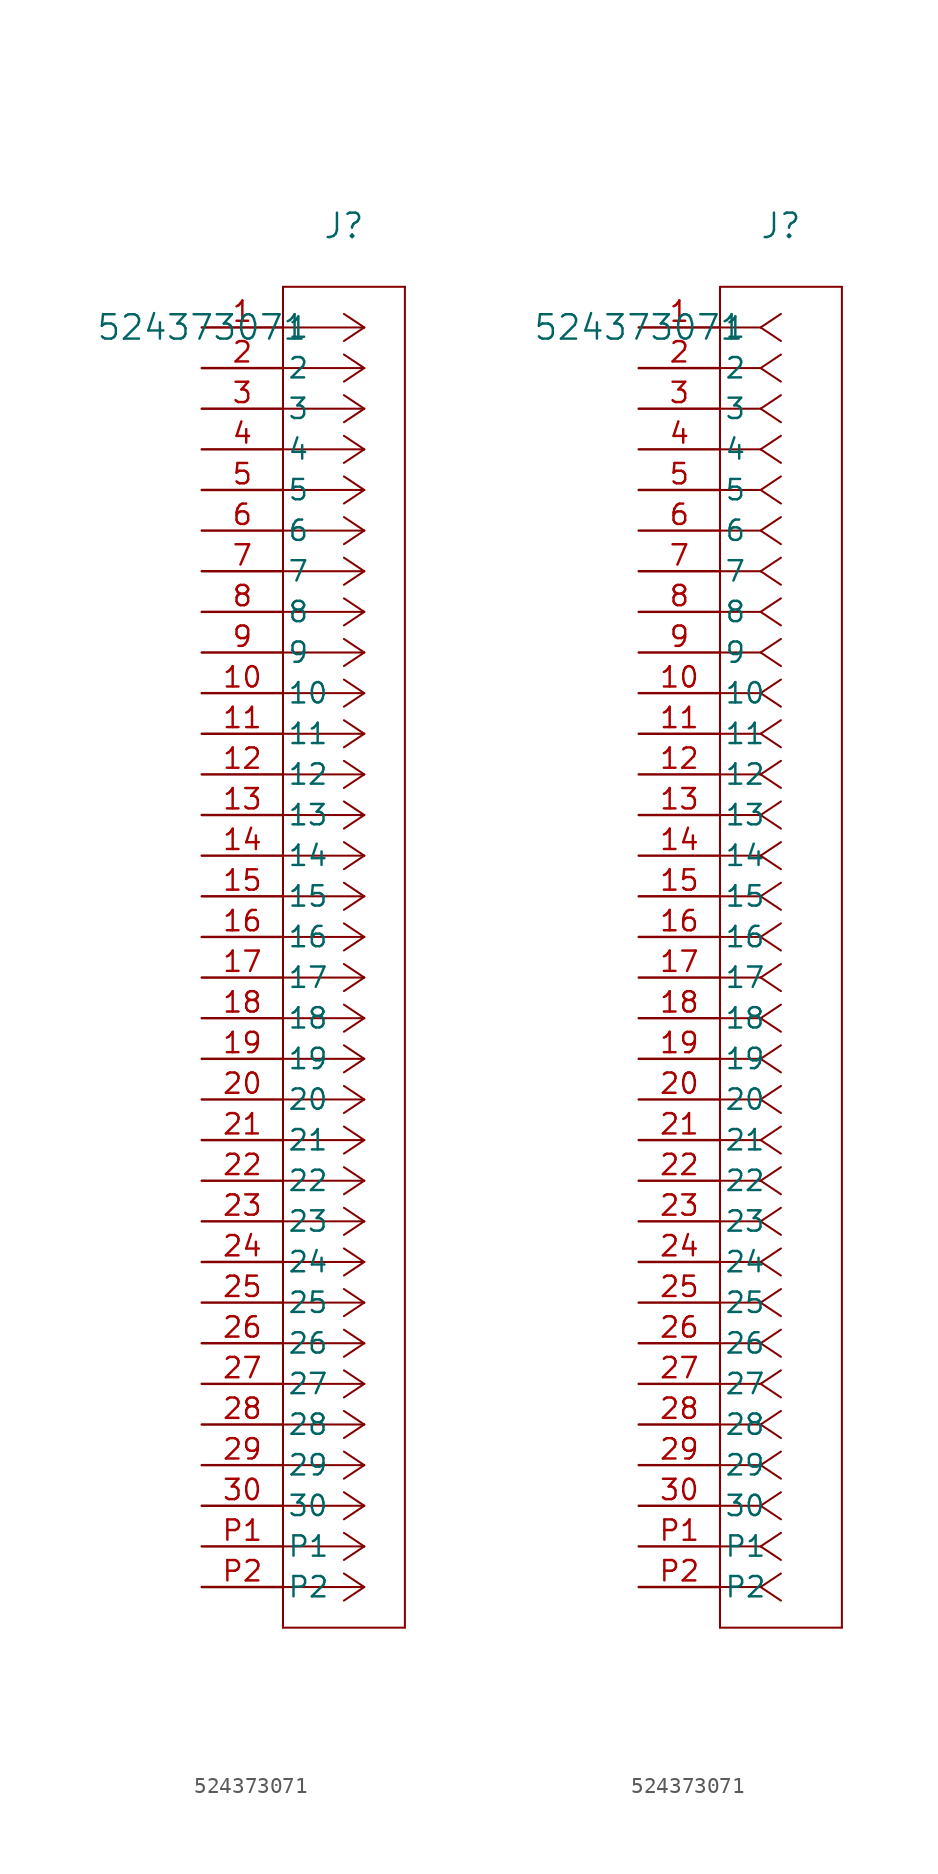
<source format=kicad_sym>
(kicad_symbol_lib
  (version 20211014)
  (generator kicad_symbol_editor)
  (symbol "524373071"
    (pin_names
      (offset 0.254))
    (property "Reference" "J"
      (at 8.89 6.35 0)
      (effects (font (size 1.524 1.524))))
    (property "Value" "524373071"
      (at 0 0 0)
      (effects (font (size 1.524 1.524))))
    (symbol "524373071_1_1"
      (polyline (pts (xy 10.16 0) (xy 5.08 0)) (stroke (width 0.127) (type default) (color 0 0 0 0)) (fill (type none)))
      (polyline (pts (xy 10.16 -2.54) (xy 5.08 -2.54)) (stroke (width 0.127) (type default) (color 0 0 0 0)) (fill (type none)))
      (polyline (pts (xy 10.16 -5.08) (xy 5.08 -5.08)) (stroke (width 0.127) (type default) (color 0 0 0 0)) (fill (type none)))
      (polyline (pts (xy 10.16 -7.62) (xy 5.08 -7.62)) (stroke (width 0.127) (type default) (color 0 0 0 0)) (fill (type none)))
      (polyline (pts (xy 10.16 -10.16) (xy 5.08 -10.16)) (stroke (width 0.127) (type default) (color 0 0 0 0)) (fill (type none)))
      (polyline (pts (xy 10.16 -12.7) (xy 5.08 -12.7)) (stroke (width 0.127) (type default) (color 0 0 0 0)) (fill (type none)))
      (polyline (pts (xy 10.16 -15.24) (xy 5.08 -15.24)) (stroke (width 0.127) (type default) (color 0 0 0 0)) (fill (type none)))
      (polyline (pts (xy 10.16 -17.78) (xy 5.08 -17.78)) (stroke (width 0.127) (type default) (color 0 0 0 0)) (fill (type none)))
      (polyline (pts (xy 10.16 -20.32) (xy 5.08 -20.32)) (stroke (width 0.127) (type default) (color 0 0 0 0)) (fill (type none)))
      (polyline (pts (xy 10.16 -22.86) (xy 5.08 -22.86)) (stroke (width 0.127) (type default) (color 0 0 0 0)) (fill (type none)))
      (polyline (pts (xy 10.16 -25.4) (xy 5.08 -25.4)) (stroke (width 0.127) (type default) (color 0 0 0 0)) (fill (type none)))
      (polyline (pts (xy 10.16 -27.94) (xy 5.08 -27.94)) (stroke (width 0.127) (type default) (color 0 0 0 0)) (fill (type none)))
      (polyline (pts (xy 10.16 -30.48) (xy 5.08 -30.48)) (stroke (width 0.127) (type default) (color 0 0 0 0)) (fill (type none)))
      (polyline (pts (xy 10.16 -33.02) (xy 5.08 -33.02)) (stroke (width 0.127) (type default) (color 0 0 0 0)) (fill (type none)))
      (polyline (pts (xy 10.16 -35.56) (xy 5.08 -35.56)) (stroke (width 0.127) (type default) (color 0 0 0 0)) (fill (type none)))
      (polyline (pts (xy 10.16 -38.1) (xy 5.08 -38.1)) (stroke (width 0.127) (type default) (color 0 0 0 0)) (fill (type none)))
      (polyline (pts (xy 10.16 -40.64) (xy 5.08 -40.64)) (stroke (width 0.127) (type default) (color 0 0 0 0)) (fill (type none)))
      (polyline (pts (xy 10.16 -43.18) (xy 5.08 -43.18)) (stroke (width 0.127) (type default) (color 0 0 0 0)) (fill (type none)))
      (polyline (pts (xy 10.16 -45.72) (xy 5.08 -45.72)) (stroke (width 0.127) (type default) (color 0 0 0 0)) (fill (type none)))
      (polyline (pts (xy 10.16 -48.26) (xy 5.08 -48.26)) (stroke (width 0.127) (type default) (color 0 0 0 0)) (fill (type none)))
      (polyline (pts (xy 10.16 -50.8) (xy 5.08 -50.8)) (stroke (width 0.127) (type default) (color 0 0 0 0)) (fill (type none)))
      (polyline (pts (xy 10.16 -53.34) (xy 5.08 -53.34)) (stroke (width 0.127) (type default) (color 0 0 0 0)) (fill (type none)))
      (polyline (pts (xy 10.16 -55.88) (xy 5.08 -55.88)) (stroke (width 0.127) (type default) (color 0 0 0 0)) (fill (type none)))
      (polyline (pts (xy 10.16 -58.42) (xy 5.08 -58.42)) (stroke (width 0.127) (type default) (color 0 0 0 0)) (fill (type none)))
      (polyline (pts (xy 10.16 -60.96) (xy 5.08 -60.96)) (stroke (width 0.127) (type default) (color 0 0 0 0)) (fill (type none)))
      (polyline (pts (xy 10.16 -63.5) (xy 5.08 -63.5)) (stroke (width 0.127) (type default) (color 0 0 0 0)) (fill (type none)))
      (polyline (pts (xy 10.16 -66.04) (xy 5.08 -66.04)) (stroke (width 0.127) (type default) (color 0 0 0 0)) (fill (type none)))
      (polyline (pts (xy 10.16 -68.58) (xy 5.08 -68.58)) (stroke (width 0.127) (type default) (color 0 0 0 0)) (fill (type none)))
      (polyline (pts (xy 10.16 -71.12) (xy 5.08 -71.12)) (stroke (width 0.127) (type default) (color 0 0 0 0)) (fill (type none)))
      (polyline (pts (xy 10.16 -73.66) (xy 5.08 -73.66)) (stroke (width 0.127) (type default) (color 0 0 0 0)) (fill (type none)))
      (polyline (pts (xy 10.16 -76.2) (xy 5.08 -76.2)) (stroke (width 0.127) (type default) (color 0 0 0 0)) (fill (type none)))
      (polyline (pts (xy 10.16 -78.74) (xy 5.08 -78.74)) (stroke (width 0.127) (type default) (color 0 0 0 0)) (fill (type none)))
      (polyline (pts (xy 10.16 0) (xy 8.89 0.847)) (stroke (width 0.127) (type default) (color 0 0 0 0)) (fill (type none)))
      (polyline (pts (xy 10.16 -2.54) (xy 8.89 -1.693)) (stroke (width 0.127) (type default) (color 0 0 0 0)) (fill (type none)))
      (polyline (pts (xy 10.16 -5.08) (xy 8.89 -4.233)) (stroke (width 0.127) (type default) (color 0 0 0 0)) (fill (type none)))
      (polyline (pts (xy 10.16 -7.62) (xy 8.89 -6.773)) (stroke (width 0.127) (type default) (color 0 0 0 0)) (fill (type none)))
      (polyline (pts (xy 10.16 -10.16) (xy 8.89 -9.313)) (stroke (width 0.127) (type default) (color 0 0 0 0)) (fill (type none)))
      (polyline (pts (xy 10.16 -12.7) (xy 8.89 -11.853)) (stroke (width 0.127) (type default) (color 0 0 0 0)) (fill (type none)))
      (polyline (pts (xy 10.16 -15.24) (xy 8.89 -14.393)) (stroke (width 0.127) (type default) (color 0 0 0 0)) (fill (type none)))
      (polyline (pts (xy 10.16 -17.78) (xy 8.89 -16.933)) (stroke (width 0.127) (type default) (color 0 0 0 0)) (fill (type none)))
      (polyline (pts (xy 10.16 -20.32) (xy 8.89 -19.473)) (stroke (width 0.127) (type default) (color 0 0 0 0)) (fill (type none)))
      (polyline (pts (xy 10.16 -22.86) (xy 8.89 -22.013)) (stroke (width 0.127) (type default) (color 0 0 0 0)) (fill (type none)))
      (polyline (pts (xy 10.16 -25.4) (xy 8.89 -24.553)) (stroke (width 0.127) (type default) (color 0 0 0 0)) (fill (type none)))
      (polyline (pts (xy 10.16 -27.94) (xy 8.89 -27.093)) (stroke (width 0.127) (type default) (color 0 0 0 0)) (fill (type none)))
      (polyline (pts (xy 10.16 -30.48) (xy 8.89 -29.633)) (stroke (width 0.127) (type default) (color 0 0 0 0)) (fill (type none)))
      (polyline (pts (xy 10.16 -33.02) (xy 8.89 -32.173)) (stroke (width 0.127) (type default) (color 0 0 0 0)) (fill (type none)))
      (polyline (pts (xy 10.16 -35.56) (xy 8.89 -34.713)) (stroke (width 0.127) (type default) (color 0 0 0 0)) (fill (type none)))
      (polyline (pts (xy 10.16 -38.1) (xy 8.89 -37.253)) (stroke (width 0.127) (type default) (color 0 0 0 0)) (fill (type none)))
      (polyline (pts (xy 10.16 -40.64) (xy 8.89 -39.793)) (stroke (width 0.127) (type default) (color 0 0 0 0)) (fill (type none)))
      (polyline (pts (xy 10.16 -43.18) (xy 8.89 -42.333)) (stroke (width 0.127) (type default) (color 0 0 0 0)) (fill (type none)))
      (polyline (pts (xy 10.16 -45.72) (xy 8.89 -44.873)) (stroke (width 0.127) (type default) (color 0 0 0 0)) (fill (type none)))
      (polyline (pts (xy 10.16 -48.26) (xy 8.89 -47.413)) (stroke (width 0.127) (type default) (color 0 0 0 0)) (fill (type none)))
      (polyline (pts (xy 10.16 -50.8) (xy 8.89 -49.953)) (stroke (width 0.127) (type default) (color 0 0 0 0)) (fill (type none)))
      (polyline (pts (xy 10.16 -53.34) (xy 8.89 -52.493)) (stroke (width 0.127) (type default) (color 0 0 0 0)) (fill (type none)))
      (polyline (pts (xy 10.16 -55.88) (xy 8.89 -55.033)) (stroke (width 0.127) (type default) (color 0 0 0 0)) (fill (type none)))
      (polyline (pts (xy 10.16 -58.42) (xy 8.89 -57.573)) (stroke (width 0.127) (type default) (color 0 0 0 0)) (fill (type none)))
      (polyline (pts (xy 10.16 -60.96) (xy 8.89 -60.113)) (stroke (width 0.127) (type default) (color 0 0 0 0)) (fill (type none)))
      (polyline (pts (xy 10.16 -63.5) (xy 8.89 -62.653)) (stroke (width 0.127) (type default) (color 0 0 0 0)) (fill (type none)))
      (polyline (pts (xy 10.16 -66.04) (xy 8.89 -65.193)) (stroke (width 0.127) (type default) (color 0 0 0 0)) (fill (type none)))
      (polyline (pts (xy 10.16 -68.58) (xy 8.89 -67.733)) (stroke (width 0.127) (type default) (color 0 0 0 0)) (fill (type none)))
      (polyline (pts (xy 10.16 -71.12) (xy 8.89 -70.273)) (stroke (width 0.127) (type default) (color 0 0 0 0)) (fill (type none)))
      (polyline (pts (xy 10.16 -73.66) (xy 8.89 -72.813)) (stroke (width 0.127) (type default) (color 0 0 0 0)) (fill (type none)))
      (polyline (pts (xy 10.16 -76.2) (xy 8.89 -75.353)) (stroke (width 0.127) (type default) (color 0 0 0 0)) (fill (type none)))
      (polyline (pts (xy 10.16 -78.74) (xy 8.89 -77.893)) (stroke (width 0.127) (type default) (color 0 0 0 0)) (fill (type none)))
      (polyline (pts (xy 10.16 0) (xy 8.89 -0.847)) (stroke (width 0.127) (type default) (color 0 0 0 0)) (fill (type none)))
      (polyline (pts (xy 10.16 -2.54) (xy 8.89 -3.387)) (stroke (width 0.127) (type default) (color 0 0 0 0)) (fill (type none)))
      (polyline (pts (xy 10.16 -5.08) (xy 8.89 -5.927)) (stroke (width 0.127) (type default) (color 0 0 0 0)) (fill (type none)))
      (polyline (pts (xy 10.16 -7.62) (xy 8.89 -8.467)) (stroke (width 0.127) (type default) (color 0 0 0 0)) (fill (type none)))
      (polyline (pts (xy 10.16 -10.16) (xy 8.89 -11.007)) (stroke (width 0.127) (type default) (color 0 0 0 0)) (fill (type none)))
      (polyline (pts (xy 10.16 -12.7) (xy 8.89 -13.547)) (stroke (width 0.127) (type default) (color 0 0 0 0)) (fill (type none)))
      (polyline (pts (xy 10.16 -15.24) (xy 8.89 -16.087)) (stroke (width 0.127) (type default) (color 0 0 0 0)) (fill (type none)))
      (polyline (pts (xy 10.16 -17.78) (xy 8.89 -18.627)) (stroke (width 0.127) (type default) (color 0 0 0 0)) (fill (type none)))
      (polyline (pts (xy 10.16 -20.32) (xy 8.89 -21.167)) (stroke (width 0.127) (type default) (color 0 0 0 0)) (fill (type none)))
      (polyline (pts (xy 10.16 -22.86) (xy 8.89 -23.707)) (stroke (width 0.127) (type default) (color 0 0 0 0)) (fill (type none)))
      (polyline (pts (xy 10.16 -25.4) (xy 8.89 -26.247)) (stroke (width 0.127) (type default) (color 0 0 0 0)) (fill (type none)))
      (polyline (pts (xy 10.16 -27.94) (xy 8.89 -28.787)) (stroke (width 0.127) (type default) (color 0 0 0 0)) (fill (type none)))
      (polyline (pts (xy 10.16 -30.48) (xy 8.89 -31.327)) (stroke (width 0.127) (type default) (color 0 0 0 0)) (fill (type none)))
      (polyline (pts (xy 10.16 -33.02) (xy 8.89 -33.867)) (stroke (width 0.127) (type default) (color 0 0 0 0)) (fill (type none)))
      (polyline (pts (xy 10.16 -35.56) (xy 8.89 -36.407)) (stroke (width 0.127) (type default) (color 0 0 0 0)) (fill (type none)))
      (polyline (pts (xy 10.16 -38.1) (xy 8.89 -38.947)) (stroke (width 0.127) (type default) (color 0 0 0 0)) (fill (type none)))
      (polyline (pts (xy 10.16 -40.64) (xy 8.89 -41.487)) (stroke (width 0.127) (type default) (color 0 0 0 0)) (fill (type none)))
      (polyline (pts (xy 10.16 -43.18) (xy 8.89 -44.027)) (stroke (width 0.127) (type default) (color 0 0 0 0)) (fill (type none)))
      (polyline (pts (xy 10.16 -45.72) (xy 8.89 -46.567)) (stroke (width 0.127) (type default) (color 0 0 0 0)) (fill (type none)))
      (polyline (pts (xy 10.16 -48.26) (xy 8.89 -49.107)) (stroke (width 0.127) (type default) (color 0 0 0 0)) (fill (type none)))
      (polyline (pts (xy 10.16 -50.8) (xy 8.89 -51.647)) (stroke (width 0.127) (type default) (color 0 0 0 0)) (fill (type none)))
      (polyline (pts (xy 10.16 -53.34) (xy 8.89 -54.187)) (stroke (width 0.127) (type default) (color 0 0 0 0)) (fill (type none)))
      (polyline (pts (xy 10.16 -55.88) (xy 8.89 -56.727)) (stroke (width 0.127) (type default) (color 0 0 0 0)) (fill (type none)))
      (polyline (pts (xy 10.16 -58.42) (xy 8.89 -59.267)) (stroke (width 0.127) (type default) (color 0 0 0 0)) (fill (type none)))
      (polyline (pts (xy 10.16 -60.96) (xy 8.89 -61.807)) (stroke (width 0.127) (type default) (color 0 0 0 0)) (fill (type none)))
      (polyline (pts (xy 10.16 -63.5) (xy 8.89 -64.347)) (stroke (width 0.127) (type default) (color 0 0 0 0)) (fill (type none)))
      (polyline (pts (xy 10.16 -66.04) (xy 8.89 -66.887)) (stroke (width 0.127) (type default) (color 0 0 0 0)) (fill (type none)))
      (polyline (pts (xy 10.16 -68.58) (xy 8.89 -69.427)) (stroke (width 0.127) (type default) (color 0 0 0 0)) (fill (type none)))
      (polyline (pts (xy 10.16 -71.12) (xy 8.89 -71.967)) (stroke (width 0.127) (type default) (color 0 0 0 0)) (fill (type none)))
      (polyline (pts (xy 10.16 -73.66) (xy 8.89 -74.507)) (stroke (width 0.127) (type default) (color 0 0 0 0)) (fill (type none)))
      (polyline (pts (xy 10.16 -76.2) (xy 8.89 -77.047)) (stroke (width 0.127) (type default) (color 0 0 0 0)) (fill (type none)))
      (polyline (pts (xy 10.16 -78.74) (xy 8.89 -79.587)) (stroke (width 0.127) (type default) (color 0 0 0 0)) (fill (type none)))
      (polyline (pts (xy 5.08 2.54) (xy 5.08 -81.28)) (stroke (width 0.127) (type default) (color 0 0 0 0)) (fill (type none)))
      (polyline (pts (xy 5.08 -81.28) (xy 12.7 -81.28)) (stroke (width 0.127) (type default) (color 0 0 0 0)) (fill (type none)))
      (polyline (pts (xy 12.7 -81.28) (xy 12.7 2.54)) (stroke (width 0.127) (type default) (color 0 0 0 0)) (fill (type none)))
      (polyline (pts (xy 12.7 2.54) (xy 5.08 2.54)) (stroke (width 0.127) (type default) (color 0 0 0 0)) (fill (type none)))
      (pin unspecified line (at 0 0 0) (length 5.08) (name "1" (effects (font (size 1.27 1.27)))) (number "1" (effects (font (size 1.27 1.27)))))
      (pin unspecified line (at 0 -2.54 0) (length 5.08) (name "2" (effects (font (size 1.27 1.27)))) (number "2" (effects (font (size 1.27 1.27)))))
      (pin unspecified line (at 0 -5.08 0) (length 5.08) (name "3" (effects (font (size 1.27 1.27)))) (number "3" (effects (font (size 1.27 1.27)))))
      (pin unspecified line (at 0 -7.62 0) (length 5.08) (name "4" (effects (font (size 1.27 1.27)))) (number "4" (effects (font (size 1.27 1.27)))))
      (pin unspecified line (at 0 -10.16 0) (length 5.08) (name "5" (effects (font (size 1.27 1.27)))) (number "5" (effects (font (size 1.27 1.27)))))
      (pin unspecified line (at 0 -12.7 0) (length 5.08) (name "6" (effects (font (size 1.27 1.27)))) (number "6" (effects (font (size 1.27 1.27)))))
      (pin unspecified line (at 0 -15.24 0) (length 5.08) (name "7" (effects (font (size 1.27 1.27)))) (number "7" (effects (font (size 1.27 1.27)))))
      (pin unspecified line (at 0 -17.78 0) (length 5.08) (name "8" (effects (font (size 1.27 1.27)))) (number "8" (effects (font (size 1.27 1.27)))))
      (pin unspecified line (at 0 -20.32 0) (length 5.08) (name "9" (effects (font (size 1.27 1.27)))) (number "9" (effects (font (size 1.27 1.27)))))
      (pin unspecified line (at 0 -22.86 0) (length 5.08) (name "10" (effects (font (size 1.27 1.27)))) (number "10" (effects (font (size 1.27 1.27)))))
      (pin unspecified line (at 0 -25.4 0) (length 5.08) (name "11" (effects (font (size 1.27 1.27)))) (number "11" (effects (font (size 1.27 1.27)))))
      (pin unspecified line (at 0 -27.94 0) (length 5.08) (name "12" (effects (font (size 1.27 1.27)))) (number "12" (effects (font (size 1.27 1.27)))))
      (pin unspecified line (at 0 -30.48 0) (length 5.08) (name "13" (effects (font (size 1.27 1.27)))) (number "13" (effects (font (size 1.27 1.27)))))
      (pin unspecified line (at 0 -33.02 0) (length 5.08) (name "14" (effects (font (size 1.27 1.27)))) (number "14" (effects (font (size 1.27 1.27)))))
      (pin unspecified line (at 0 -35.56 0) (length 5.08) (name "15" (effects (font (size 1.27 1.27)))) (number "15" (effects (font (size 1.27 1.27)))))
      (pin unspecified line (at 0 -38.1 0) (length 5.08) (name "16" (effects (font (size 1.27 1.27)))) (number "16" (effects (font (size 1.27 1.27)))))
      (pin unspecified line (at 0 -40.64 0) (length 5.08) (name "17" (effects (font (size 1.27 1.27)))) (number "17" (effects (font (size 1.27 1.27)))))
      (pin unspecified line (at 0 -43.18 0) (length 5.08) (name "18" (effects (font (size 1.27 1.27)))) (number "18" (effects (font (size 1.27 1.27)))))
      (pin unspecified line (at 0 -45.72 0) (length 5.08) (name "19" (effects (font (size 1.27 1.27)))) (number "19" (effects (font (size 1.27 1.27)))))
      (pin unspecified line (at 0 -48.26 0) (length 5.08) (name "20" (effects (font (size 1.27 1.27)))) (number "20" (effects (font (size 1.27 1.27)))))
      (pin unspecified line (at 0 -50.8 0) (length 5.08) (name "21" (effects (font (size 1.27 1.27)))) (number "21" (effects (font (size 1.27 1.27)))))
      (pin unspecified line (at 0 -53.34 0) (length 5.08) (name "22" (effects (font (size 1.27 1.27)))) (number "22" (effects (font (size 1.27 1.27)))))
      (pin unspecified line (at 0 -55.88 0) (length 5.08) (name "23" (effects (font (size 1.27 1.27)))) (number "23" (effects (font (size 1.27 1.27)))))
      (pin unspecified line (at 0 -58.42 0) (length 5.08) (name "24" (effects (font (size 1.27 1.27)))) (number "24" (effects (font (size 1.27 1.27)))))
      (pin unspecified line (at 0 -60.96 0) (length 5.08) (name "25" (effects (font (size 1.27 1.27)))) (number "25" (effects (font (size 1.27 1.27)))))
      (pin unspecified line (at 0 -63.5 0) (length 5.08) (name "26" (effects (font (size 1.27 1.27)))) (number "26" (effects (font (size 1.27 1.27)))))
      (pin unspecified line (at 0 -66.04 0) (length 5.08) (name "27" (effects (font (size 1.27 1.27)))) (number "27" (effects (font (size 1.27 1.27)))))
      (pin unspecified line (at 0 -68.58 0) (length 5.08) (name "28" (effects (font (size 1.27 1.27)))) (number "28" (effects (font (size 1.27 1.27)))))
      (pin unspecified line (at 0 -71.12 0) (length 5.08) (name "29" (effects (font (size 1.27 1.27)))) (number "29" (effects (font (size 1.27 1.27)))))
      (pin unspecified line (at 0 -73.66 0) (length 5.08) (name "30" (effects (font (size 1.27 1.27)))) (number "30" (effects (font (size 1.27 1.27)))))
      (pin unspecified line (at 0 -76.2 0) (length 5.08) (name "P1" (effects (font (size 1.27 1.27)))) (number "P1" (effects (font (size 1.27 1.27)))))
      (pin unspecified line (at 0 -78.74 0) (length 5.08) (name "P2" (effects (font (size 1.27 1.27)))) (number "P2" (effects (font (size 1.27 1.27))))))
    (symbol "524373071_1_2"
      (polyline (pts (xy 7.62 0) (xy 5.08 0)) (stroke (width 0.127) (type default) (color 0 0 0 0)) (fill (type none)))
      (polyline (pts (xy 7.62 -2.54) (xy 5.08 -2.54)) (stroke (width 0.127) (type default) (color 0 0 0 0)) (fill (type none)))
      (polyline (pts (xy 7.62 -5.08) (xy 5.08 -5.08)) (stroke (width 0.127) (type default) (color 0 0 0 0)) (fill (type none)))
      (polyline (pts (xy 7.62 -7.62) (xy 5.08 -7.62)) (stroke (width 0.127) (type default) (color 0 0 0 0)) (fill (type none)))
      (polyline (pts (xy 7.62 -10.16) (xy 5.08 -10.16)) (stroke (width 0.127) (type default) (color 0 0 0 0)) (fill (type none)))
      (polyline (pts (xy 7.62 -12.7) (xy 5.08 -12.7)) (stroke (width 0.127) (type default) (color 0 0 0 0)) (fill (type none)))
      (polyline (pts (xy 7.62 -15.24) (xy 5.08 -15.24)) (stroke (width 0.127) (type default) (color 0 0 0 0)) (fill (type none)))
      (polyline (pts (xy 7.62 -17.78) (xy 5.08 -17.78)) (stroke (width 0.127) (type default) (color 0 0 0 0)) (fill (type none)))
      (polyline (pts (xy 7.62 -20.32) (xy 5.08 -20.32)) (stroke (width 0.127) (type default) (color 0 0 0 0)) (fill (type none)))
      (polyline (pts (xy 7.62 -22.86) (xy 5.08 -22.86)) (stroke (width 0.127) (type default) (color 0 0 0 0)) (fill (type none)))
      (polyline (pts (xy 7.62 -25.4) (xy 5.08 -25.4)) (stroke (width 0.127) (type default) (color 0 0 0 0)) (fill (type none)))
      (polyline (pts (xy 7.62 -27.94) (xy 5.08 -27.94)) (stroke (width 0.127) (type default) (color 0 0 0 0)) (fill (type none)))
      (polyline (pts (xy 7.62 -30.48) (xy 5.08 -30.48)) (stroke (width 0.127) (type default) (color 0 0 0 0)) (fill (type none)))
      (polyline (pts (xy 7.62 -33.02) (xy 5.08 -33.02)) (stroke (width 0.127) (type default) (color 0 0 0 0)) (fill (type none)))
      (polyline (pts (xy 7.62 -35.56) (xy 5.08 -35.56)) (stroke (width 0.127) (type default) (color 0 0 0 0)) (fill (type none)))
      (polyline (pts (xy 7.62 -38.1) (xy 5.08 -38.1)) (stroke (width 0.127) (type default) (color 0 0 0 0)) (fill (type none)))
      (polyline (pts (xy 7.62 -40.64) (xy 5.08 -40.64)) (stroke (width 0.127) (type default) (color 0 0 0 0)) (fill (type none)))
      (polyline (pts (xy 7.62 -43.18) (xy 5.08 -43.18)) (stroke (width 0.127) (type default) (color 0 0 0 0)) (fill (type none)))
      (polyline (pts (xy 7.62 -45.72) (xy 5.08 -45.72)) (stroke (width 0.127) (type default) (color 0 0 0 0)) (fill (type none)))
      (polyline (pts (xy 7.62 -48.26) (xy 5.08 -48.26)) (stroke (width 0.127) (type default) (color 0 0 0 0)) (fill (type none)))
      (polyline (pts (xy 7.62 -50.8) (xy 5.08 -50.8)) (stroke (width 0.127) (type default) (color 0 0 0 0)) (fill (type none)))
      (polyline (pts (xy 7.62 -53.34) (xy 5.08 -53.34)) (stroke (width 0.127) (type default) (color 0 0 0 0)) (fill (type none)))
      (polyline (pts (xy 7.62 -55.88) (xy 5.08 -55.88)) (stroke (width 0.127) (type default) (color 0 0 0 0)) (fill (type none)))
      (polyline (pts (xy 7.62 -58.42) (xy 5.08 -58.42)) (stroke (width 0.127) (type default) (color 0 0 0 0)) (fill (type none)))
      (polyline (pts (xy 7.62 -60.96) (xy 5.08 -60.96)) (stroke (width 0.127) (type default) (color 0 0 0 0)) (fill (type none)))
      (polyline (pts (xy 7.62 -63.5) (xy 5.08 -63.5)) (stroke (width 0.127) (type default) (color 0 0 0 0)) (fill (type none)))
      (polyline (pts (xy 7.62 -66.04) (xy 5.08 -66.04)) (stroke (width 0.127) (type default) (color 0 0 0 0)) (fill (type none)))
      (polyline (pts (xy 7.62 -68.58) (xy 5.08 -68.58)) (stroke (width 0.127) (type default) (color 0 0 0 0)) (fill (type none)))
      (polyline (pts (xy 7.62 -71.12) (xy 5.08 -71.12)) (stroke (width 0.127) (type default) (color 0 0 0 0)) (fill (type none)))
      (polyline (pts (xy 7.62 -73.66) (xy 5.08 -73.66)) (stroke (width 0.127) (type default) (color 0 0 0 0)) (fill (type none)))
      (polyline (pts (xy 7.62 -76.2) (xy 5.08 -76.2)) (stroke (width 0.127) (type default) (color 0 0 0 0)) (fill (type none)))
      (polyline (pts (xy 7.62 -78.74) (xy 5.08 -78.74)) (stroke (width 0.127) (type default) (color 0 0 0 0)) (fill (type none)))
      (polyline (pts (xy 7.62 0) (xy 8.89 0.847)) (stroke (width 0.127) (type default) (color 0 0 0 0)) (fill (type none)))
      (polyline (pts (xy 7.62 -2.54) (xy 8.89 -1.693)) (stroke (width 0.127) (type default) (color 0 0 0 0)) (fill (type none)))
      (polyline (pts (xy 7.62 -5.08) (xy 8.89 -4.233)) (stroke (width 0.127) (type default) (color 0 0 0 0)) (fill (type none)))
      (polyline (pts (xy 7.62 -7.62) (xy 8.89 -6.773)) (stroke (width 0.127) (type default) (color 0 0 0 0)) (fill (type none)))
      (polyline (pts (xy 7.62 -10.16) (xy 8.89 -9.313)) (stroke (width 0.127) (type default) (color 0 0 0 0)) (fill (type none)))
      (polyline (pts (xy 7.62 -12.7) (xy 8.89 -11.853)) (stroke (width 0.127) (type default) (color 0 0 0 0)) (fill (type none)))
      (polyline (pts (xy 7.62 -15.24) (xy 8.89 -14.393)) (stroke (width 0.127) (type default) (color 0 0 0 0)) (fill (type none)))
      (polyline (pts (xy 7.62 -17.78) (xy 8.89 -16.933)) (stroke (width 0.127) (type default) (color 0 0 0 0)) (fill (type none)))
      (polyline (pts (xy 7.62 -20.32) (xy 8.89 -19.473)) (stroke (width 0.127) (type default) (color 0 0 0 0)) (fill (type none)))
      (polyline (pts (xy 7.62 -22.86) (xy 8.89 -22.013)) (stroke (width 0.127) (type default) (color 0 0 0 0)) (fill (type none)))
      (polyline (pts (xy 7.62 -25.4) (xy 8.89 -24.553)) (stroke (width 0.127) (type default) (color 0 0 0 0)) (fill (type none)))
      (polyline (pts (xy 7.62 -27.94) (xy 8.89 -27.093)) (stroke (width 0.127) (type default) (color 0 0 0 0)) (fill (type none)))
      (polyline (pts (xy 7.62 -30.48) (xy 8.89 -29.633)) (stroke (width 0.127) (type default) (color 0 0 0 0)) (fill (type none)))
      (polyline (pts (xy 7.62 -33.02) (xy 8.89 -32.173)) (stroke (width 0.127) (type default) (color 0 0 0 0)) (fill (type none)))
      (polyline (pts (xy 7.62 -35.56) (xy 8.89 -34.713)) (stroke (width 0.127) (type default) (color 0 0 0 0)) (fill (type none)))
      (polyline (pts (xy 7.62 -38.1) (xy 8.89 -37.253)) (stroke (width 0.127) (type default) (color 0 0 0 0)) (fill (type none)))
      (polyline (pts (xy 7.62 -40.64) (xy 8.89 -39.793)) (stroke (width 0.127) (type default) (color 0 0 0 0)) (fill (type none)))
      (polyline (pts (xy 7.62 -43.18) (xy 8.89 -42.333)) (stroke (width 0.127) (type default) (color 0 0 0 0)) (fill (type none)))
      (polyline (pts (xy 7.62 -45.72) (xy 8.89 -44.873)) (stroke (width 0.127) (type default) (color 0 0 0 0)) (fill (type none)))
      (polyline (pts (xy 7.62 -48.26) (xy 8.89 -47.413)) (stroke (width 0.127) (type default) (color 0 0 0 0)) (fill (type none)))
      (polyline (pts (xy 7.62 -50.8) (xy 8.89 -49.953)) (stroke (width 0.127) (type default) (color 0 0 0 0)) (fill (type none)))
      (polyline (pts (xy 7.62 -53.34) (xy 8.89 -52.493)) (stroke (width 0.127) (type default) (color 0 0 0 0)) (fill (type none)))
      (polyline (pts (xy 7.62 -55.88) (xy 8.89 -55.033)) (stroke (width 0.127) (type default) (color 0 0 0 0)) (fill (type none)))
      (polyline (pts (xy 7.62 -58.42) (xy 8.89 -57.573)) (stroke (width 0.127) (type default) (color 0 0 0 0)) (fill (type none)))
      (polyline (pts (xy 7.62 -60.96) (xy 8.89 -60.113)) (stroke (width 0.127) (type default) (color 0 0 0 0)) (fill (type none)))
      (polyline (pts (xy 7.62 -63.5) (xy 8.89 -62.653)) (stroke (width 0.127) (type default) (color 0 0 0 0)) (fill (type none)))
      (polyline (pts (xy 7.62 -66.04) (xy 8.89 -65.193)) (stroke (width 0.127) (type default) (color 0 0 0 0)) (fill (type none)))
      (polyline (pts (xy 7.62 -68.58) (xy 8.89 -67.733)) (stroke (width 0.127) (type default) (color 0 0 0 0)) (fill (type none)))
      (polyline (pts (xy 7.62 -71.12) (xy 8.89 -70.273)) (stroke (width 0.127) (type default) (color 0 0 0 0)) (fill (type none)))
      (polyline (pts (xy 7.62 -73.66) (xy 8.89 -72.813)) (stroke (width 0.127) (type default) (color 0 0 0 0)) (fill (type none)))
      (polyline (pts (xy 7.62 -76.2) (xy 8.89 -75.353)) (stroke (width 0.127) (type default) (color 0 0 0 0)) (fill (type none)))
      (polyline (pts (xy 7.62 -78.74) (xy 8.89 -77.893)) (stroke (width 0.127) (type default) (color 0 0 0 0)) (fill (type none)))
      (polyline (pts (xy 7.62 0) (xy 8.89 -0.847)) (stroke (width 0.127) (type default) (color 0 0 0 0)) (fill (type none)))
      (polyline (pts (xy 7.62 -2.54) (xy 8.89 -3.387)) (stroke (width 0.127) (type default) (color 0 0 0 0)) (fill (type none)))
      (polyline (pts (xy 7.62 -5.08) (xy 8.89 -5.927)) (stroke (width 0.127) (type default) (color 0 0 0 0)) (fill (type none)))
      (polyline (pts (xy 7.62 -7.62) (xy 8.89 -8.467)) (stroke (width 0.127) (type default) (color 0 0 0 0)) (fill (type none)))
      (polyline (pts (xy 7.62 -10.16) (xy 8.89 -11.007)) (stroke (width 0.127) (type default) (color 0 0 0 0)) (fill (type none)))
      (polyline (pts (xy 7.62 -12.7) (xy 8.89 -13.547)) (stroke (width 0.127) (type default) (color 0 0 0 0)) (fill (type none)))
      (polyline (pts (xy 7.62 -15.24) (xy 8.89 -16.087)) (stroke (width 0.127) (type default) (color 0 0 0 0)) (fill (type none)))
      (polyline (pts (xy 7.62 -17.78) (xy 8.89 -18.627)) (stroke (width 0.127) (type default) (color 0 0 0 0)) (fill (type none)))
      (polyline (pts (xy 7.62 -20.32) (xy 8.89 -21.167)) (stroke (width 0.127) (type default) (color 0 0 0 0)) (fill (type none)))
      (polyline (pts (xy 7.62 -22.86) (xy 8.89 -23.707)) (stroke (width 0.127) (type default) (color 0 0 0 0)) (fill (type none)))
      (polyline (pts (xy 7.62 -25.4) (xy 8.89 -26.247)) (stroke (width 0.127) (type default) (color 0 0 0 0)) (fill (type none)))
      (polyline (pts (xy 7.62 -27.94) (xy 8.89 -28.787)) (stroke (width 0.127) (type default) (color 0 0 0 0)) (fill (type none)))
      (polyline (pts (xy 7.62 -30.48) (xy 8.89 -31.327)) (stroke (width 0.127) (type default) (color 0 0 0 0)) (fill (type none)))
      (polyline (pts (xy 7.62 -33.02) (xy 8.89 -33.867)) (stroke (width 0.127) (type default) (color 0 0 0 0)) (fill (type none)))
      (polyline (pts (xy 7.62 -35.56) (xy 8.89 -36.407)) (stroke (width 0.127) (type default) (color 0 0 0 0)) (fill (type none)))
      (polyline (pts (xy 7.62 -38.1) (xy 8.89 -38.947)) (stroke (width 0.127) (type default) (color 0 0 0 0)) (fill (type none)))
      (polyline (pts (xy 7.62 -40.64) (xy 8.89 -41.487)) (stroke (width 0.127) (type default) (color 0 0 0 0)) (fill (type none)))
      (polyline (pts (xy 7.62 -43.18) (xy 8.89 -44.027)) (stroke (width 0.127) (type default) (color 0 0 0 0)) (fill (type none)))
      (polyline (pts (xy 7.62 -45.72) (xy 8.89 -46.567)) (stroke (width 0.127) (type default) (color 0 0 0 0)) (fill (type none)))
      (polyline (pts (xy 7.62 -48.26) (xy 8.89 -49.107)) (stroke (width 0.127) (type default) (color 0 0 0 0)) (fill (type none)))
      (polyline (pts (xy 7.62 -50.8) (xy 8.89 -51.647)) (stroke (width 0.127) (type default) (color 0 0 0 0)) (fill (type none)))
      (polyline (pts (xy 7.62 -53.34) (xy 8.89 -54.187)) (stroke (width 0.127) (type default) (color 0 0 0 0)) (fill (type none)))
      (polyline (pts (xy 7.62 -55.88) (xy 8.89 -56.727)) (stroke (width 0.127) (type default) (color 0 0 0 0)) (fill (type none)))
      (polyline (pts (xy 7.62 -58.42) (xy 8.89 -59.267)) (stroke (width 0.127) (type default) (color 0 0 0 0)) (fill (type none)))
      (polyline (pts (xy 7.62 -60.96) (xy 8.89 -61.807)) (stroke (width 0.127) (type default) (color 0 0 0 0)) (fill (type none)))
      (polyline (pts (xy 7.62 -63.5) (xy 8.89 -64.347)) (stroke (width 0.127) (type default) (color 0 0 0 0)) (fill (type none)))
      (polyline (pts (xy 7.62 -66.04) (xy 8.89 -66.887)) (stroke (width 0.127) (type default) (color 0 0 0 0)) (fill (type none)))
      (polyline (pts (xy 7.62 -68.58) (xy 8.89 -69.427)) (stroke (width 0.127) (type default) (color 0 0 0 0)) (fill (type none)))
      (polyline (pts (xy 7.62 -71.12) (xy 8.89 -71.967)) (stroke (width 0.127) (type default) (color 0 0 0 0)) (fill (type none)))
      (polyline (pts (xy 7.62 -73.66) (xy 8.89 -74.507)) (stroke (width 0.127) (type default) (color 0 0 0 0)) (fill (type none)))
      (polyline (pts (xy 7.62 -76.2) (xy 8.89 -77.047)) (stroke (width 0.127) (type default) (color 0 0 0 0)) (fill (type none)))
      (polyline (pts (xy 7.62 -78.74) (xy 8.89 -79.587)) (stroke (width 0.127) (type default) (color 0 0 0 0)) (fill (type none)))
      (polyline (pts (xy 5.08 2.54) (xy 5.08 -81.28)) (stroke (width 0.127) (type default) (color 0 0 0 0)) (fill (type none)))
      (polyline (pts (xy 5.08 -81.28) (xy 12.7 -81.28)) (stroke (width 0.127) (type default) (color 0 0 0 0)) (fill (type none)))
      (polyline (pts (xy 12.7 -81.28) (xy 12.7 2.54)) (stroke (width 0.127) (type default) (color 0 0 0 0)) (fill (type none)))
      (polyline (pts (xy 12.7 2.54) (xy 5.08 2.54)) (stroke (width 0.127) (type default) (color 0 0 0 0)) (fill (type none)))
      (pin unspecified line (at 0 0 0) (length 5.08) (name "1" (effects (font (size 1.27 1.27)))) (number "1" (effects (font (size 1.27 1.27)))))
      (pin unspecified line (at 0 -2.54 0) (length 5.08) (name "2" (effects (font (size 1.27 1.27)))) (number "2" (effects (font (size 1.27 1.27)))))
      (pin unspecified line (at 0 -5.08 0) (length 5.08) (name "3" (effects (font (size 1.27 1.27)))) (number "3" (effects (font (size 1.27 1.27)))))
      (pin unspecified line (at 0 -7.62 0) (length 5.08) (name "4" (effects (font (size 1.27 1.27)))) (number "4" (effects (font (size 1.27 1.27)))))
      (pin unspecified line (at 0 -10.16 0) (length 5.08) (name "5" (effects (font (size 1.27 1.27)))) (number "5" (effects (font (size 1.27 1.27)))))
      (pin unspecified line (at 0 -12.7 0) (length 5.08) (name "6" (effects (font (size 1.27 1.27)))) (number "6" (effects (font (size 1.27 1.27)))))
      (pin unspecified line (at 0 -15.24 0) (length 5.08) (name "7" (effects (font (size 1.27 1.27)))) (number "7" (effects (font (size 1.27 1.27)))))
      (pin unspecified line (at 0 -17.78 0) (length 5.08) (name "8" (effects (font (size 1.27 1.27)))) (number "8" (effects (font (size 1.27 1.27)))))
      (pin unspecified line (at 0 -20.32 0) (length 5.08) (name "9" (effects (font (size 1.27 1.27)))) (number "9" (effects (font (size 1.27 1.27)))))
      (pin unspecified line (at 0 -22.86 0) (length 5.08) (name "10" (effects (font (size 1.27 1.27)))) (number "10" (effects (font (size 1.27 1.27)))))
      (pin unspecified line (at 0 -25.4 0) (length 5.08) (name "11" (effects (font (size 1.27 1.27)))) (number "11" (effects (font (size 1.27 1.27)))))
      (pin unspecified line (at 0 -27.94 0) (length 5.08) (name "12" (effects (font (size 1.27 1.27)))) (number "12" (effects (font (size 1.27 1.27)))))
      (pin unspecified line (at 0 -30.48 0) (length 5.08) (name "13" (effects (font (size 1.27 1.27)))) (number "13" (effects (font (size 1.27 1.27)))))
      (pin unspecified line (at 0 -33.02 0) (length 5.08) (name "14" (effects (font (size 1.27 1.27)))) (number "14" (effects (font (size 1.27 1.27)))))
      (pin unspecified line (at 0 -35.56 0) (length 5.08) (name "15" (effects (font (size 1.27 1.27)))) (number "15" (effects (font (size 1.27 1.27)))))
      (pin unspecified line (at 0 -38.1 0) (length 5.08) (name "16" (effects (font (size 1.27 1.27)))) (number "16" (effects (font (size 1.27 1.27)))))
      (pin unspecified line (at 0 -40.64 0) (length 5.08) (name "17" (effects (font (size 1.27 1.27)))) (number "17" (effects (font (size 1.27 1.27)))))
      (pin unspecified line (at 0 -43.18 0) (length 5.08) (name "18" (effects (font (size 1.27 1.27)))) (number "18" (effects (font (size 1.27 1.27)))))
      (pin unspecified line (at 0 -45.72 0) (length 5.08) (name "19" (effects (font (size 1.27 1.27)))) (number "19" (effects (font (size 1.27 1.27)))))
      (pin unspecified line (at 0 -48.26 0) (length 5.08) (name "20" (effects (font (size 1.27 1.27)))) (number "20" (effects (font (size 1.27 1.27)))))
      (pin unspecified line (at 0 -50.8 0) (length 5.08) (name "21" (effects (font (size 1.27 1.27)))) (number "21" (effects (font (size 1.27 1.27)))))
      (pin unspecified line (at 0 -53.34 0) (length 5.08) (name "22" (effects (font (size 1.27 1.27)))) (number "22" (effects (font (size 1.27 1.27)))))
      (pin unspecified line (at 0 -55.88 0) (length 5.08) (name "23" (effects (font (size 1.27 1.27)))) (number "23" (effects (font (size 1.27 1.27)))))
      (pin unspecified line (at 0 -58.42 0) (length 5.08) (name "24" (effects (font (size 1.27 1.27)))) (number "24" (effects (font (size 1.27 1.27)))))
      (pin unspecified line (at 0 -60.96 0) (length 5.08) (name "25" (effects (font (size 1.27 1.27)))) (number "25" (effects (font (size 1.27 1.27)))))
      (pin unspecified line (at 0 -63.5 0) (length 5.08) (name "26" (effects (font (size 1.27 1.27)))) (number "26" (effects (font (size 1.27 1.27)))))
      (pin unspecified line (at 0 -66.04 0) (length 5.08) (name "27" (effects (font (size 1.27 1.27)))) (number "27" (effects (font (size 1.27 1.27)))))
      (pin unspecified line (at 0 -68.58 0) (length 5.08) (name "28" (effects (font (size 1.27 1.27)))) (number "28" (effects (font (size 1.27 1.27)))))
      (pin unspecified line (at 0 -71.12 0) (length 5.08) (name "29" (effects (font (size 1.27 1.27)))) (number "29" (effects (font (size 1.27 1.27)))))
      (pin unspecified line (at 0 -73.66 0) (length 5.08) (name "30" (effects (font (size 1.27 1.27)))) (number "30" (effects (font (size 1.27 1.27)))))
      (pin unspecified line (at 0 -76.2 0) (length 5.08) (name "P1" (effects (font (size 1.27 1.27)))) (number "P1" (effects (font (size 1.27 1.27)))))
      (pin unspecified line (at 0 -78.74 0) (length 5.08) (name "P2" (effects (font (size 1.27 1.27)))) (number "P2" (effects (font (size 1.27 1.27))))))))
</source>
